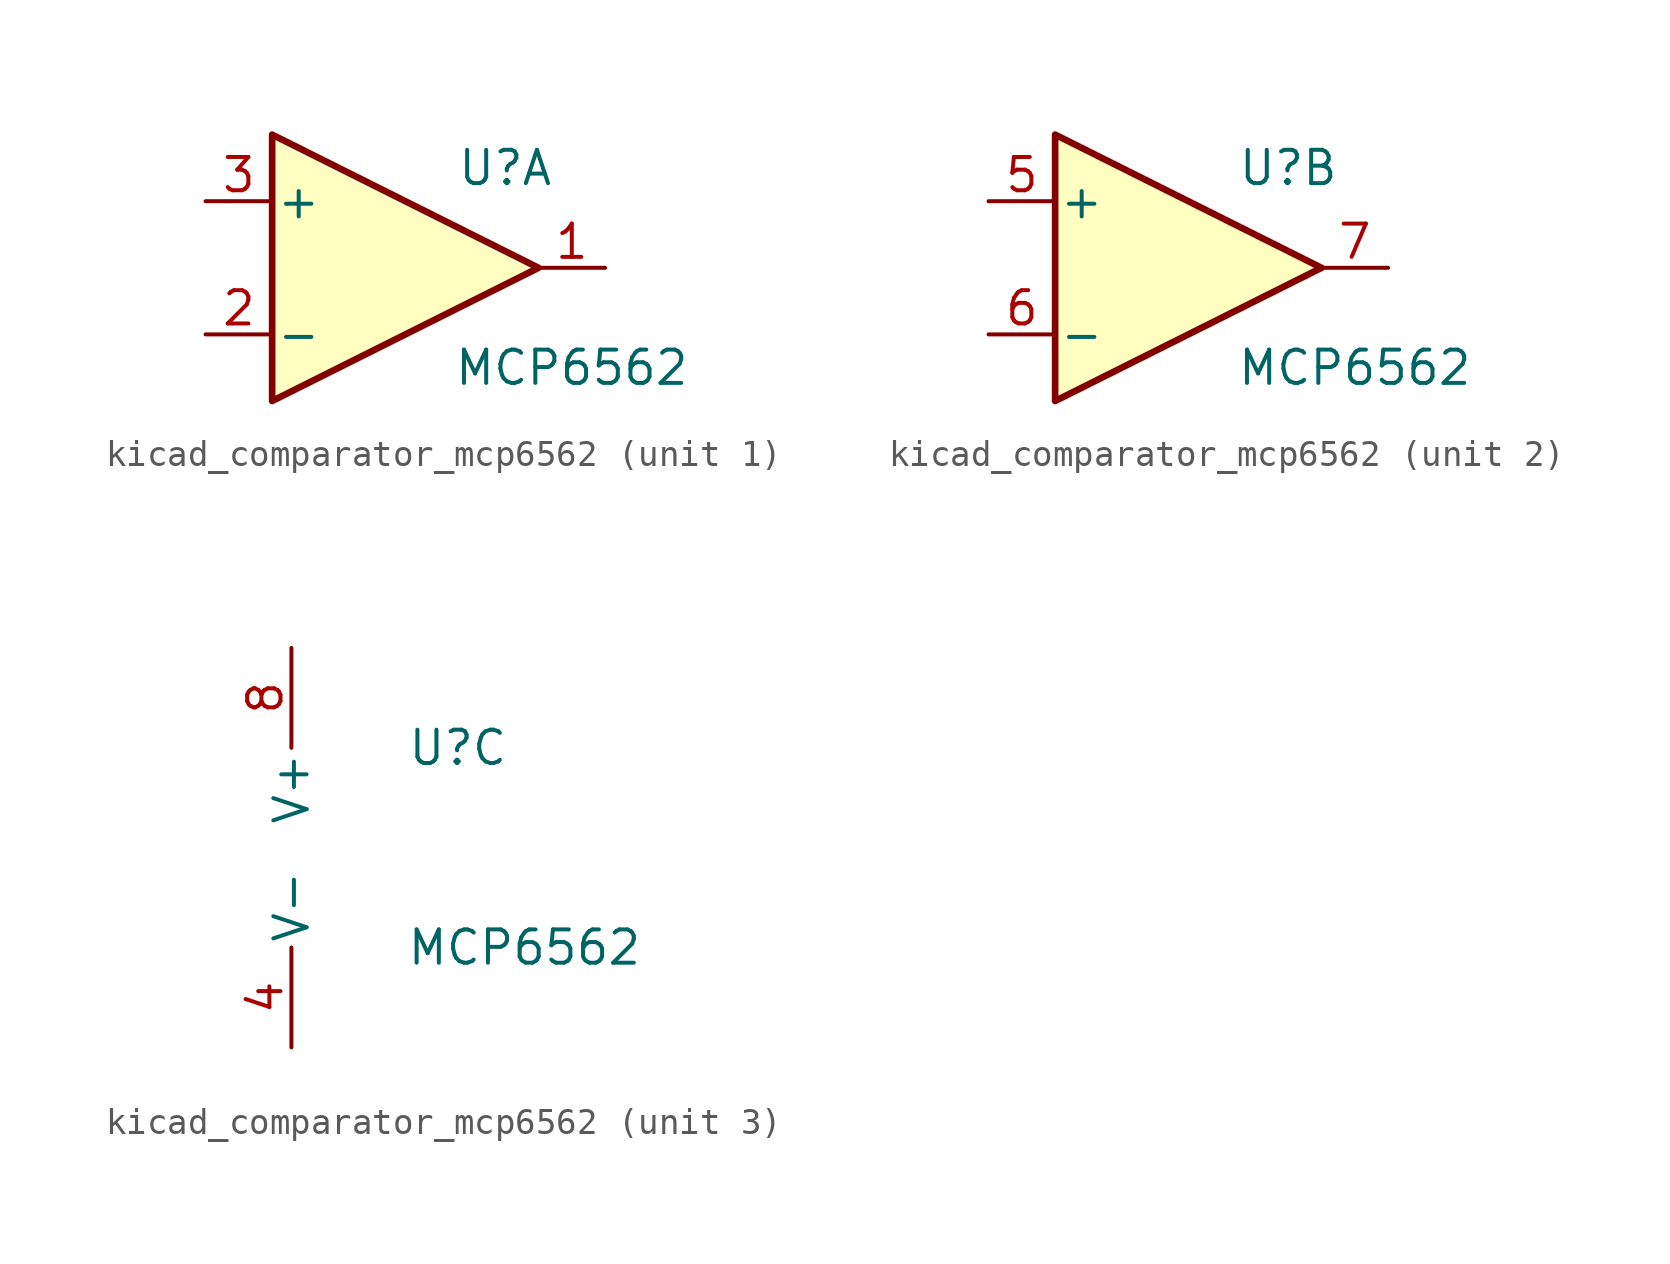
<source format=kicad_sym>
(kicad_symbol_lib
  (version 20220914)
  (generator kicad_symbol_editor)
  (symbol "kicad_comparator_mcp6562"
    (pin_names
      (offset 0.127))
    (property "Reference" "U"
      (at 3.81 3.81 0)
      (effects (font (size 1.27 1.27))))
    (property "Value" "MCP6562"
      (at 6.35 -3.81 0)
      (effects (font (size 1.27 1.27))))
    (property "ki_locked" ""
      (at 0 0 0)
      (effects (font (size 1.27 1.27))))
    (symbol "kicad_comparator_mcp6562_1_1"
      (polyline (pts (xy -5.08 5.08) (xy 5.08 0) (xy -5.08 -5.08) (xy -5.08 5.08)) (stroke (width 0.254) (type default)) (fill (type background)))
      (pin output line (at 7.62 0 180) (length 2.54) (name "~" (effects (font (size 1.27 1.27)))) (number "1" (effects (font (size 1.27 1.27)))))
      (pin input line (at -7.62 -2.54 0) (length 2.54) (name "-" (effects (font (size 1.27 1.27)))) (number "2" (effects (font (size 1.27 1.27)))))
      (pin input line (at -7.62 2.54 0) (length 2.54) (name "+" (effects (font (size 1.27 1.27)))) (number "3" (effects (font (size 1.27 1.27))))))
    (symbol "kicad_comparator_mcp6562_2_1"
      (polyline (pts (xy -5.08 5.08) (xy 5.08 0) (xy -5.08 -5.08) (xy -5.08 5.08)) (stroke (width 0.254) (type default)) (fill (type background)))
      (pin input line (at -7.62 2.54 0) (length 2.54) (name "+" (effects (font (size 1.27 1.27)))) (number "5" (effects (font (size 1.27 1.27)))))
      (pin input line (at -7.62 -2.54 0) (length 2.54) (name "-" (effects (font (size 1.27 1.27)))) (number "6" (effects (font (size 1.27 1.27)))))
      (pin output line (at 7.62 0 180) (length 2.54) (name "~" (effects (font (size 1.27 1.27)))) (number "7" (effects (font (size 1.27 1.27))))))
    (symbol "kicad_comparator_mcp6562_3_1"
      (pin power_in line (at -2.54 -7.62 90) (length 3.81) (name "V-" (effects (font (size 1.27 1.27)))) (number "4" (effects (font (size 1.27 1.27)))))
      (pin power_in line (at -2.54 7.62 270) (length 3.81) (name "V+" (effects (font (size 1.27 1.27)))) (number "8" (effects (font (size 1.27 1.27))))))))
</source>
